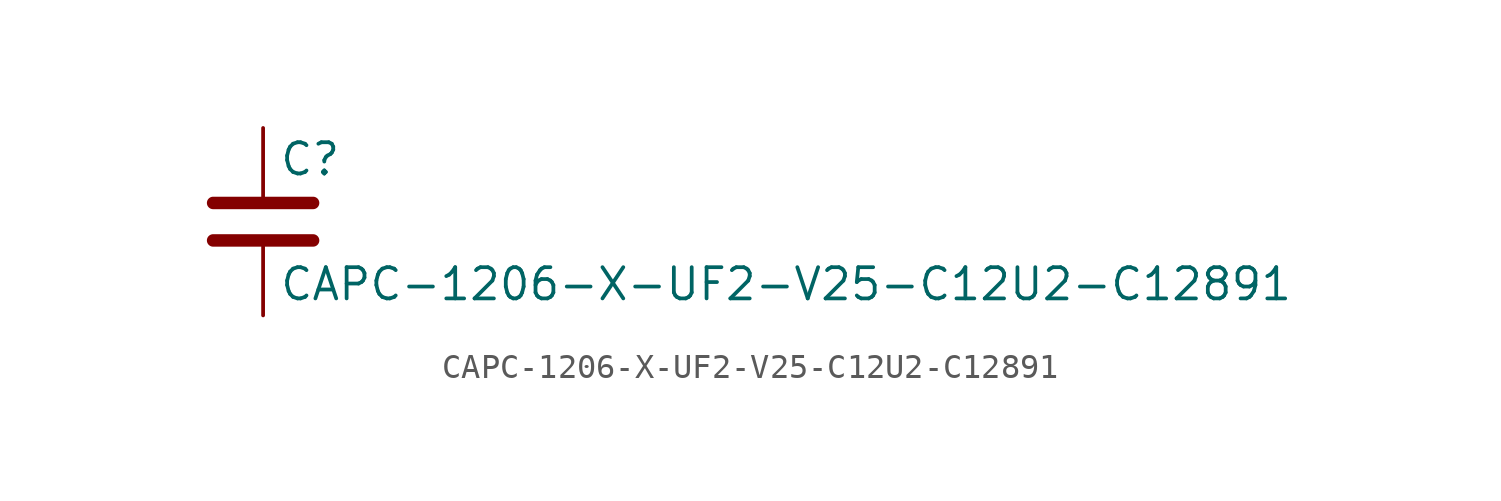
<source format=kicad_sym>
(kicad_symbol_lib
  (version 20211014)
  (generator kicad_symbol_editor)
  (symbol "CAPC-1206-X-UF2-V25-C12U2-C12891"
    (pin_numbers hide)
    (pin_names
      (offset 0.254))
    (property "Reference" "C"
      (at 0.635 2.54 0)
      (effects (font (size 1.27 1.27)) (justify left)))
    (property "Value" "CAPC-1206-X-UF2-V25-C12U2-C12891"
      (at 0.635 -2.54 0)
      (effects (font (size 1.27 1.27)) (justify left)))
    (symbol "CAPC-1206-X-UF2-V25-C12U2-C12891_0_1"
      (polyline (pts (xy -2.032 -0.762) (xy 2.032 -0.762)) (stroke (width 0.508) (type default) (color 0 0 0 0)) (fill (type none)))
      (polyline (pts (xy -2.032 0.762) (xy 2.032 0.762)) (stroke (width 0.508) (type default) (color 0 0 0 0)) (fill (type none))))
    (symbol "CAPC-1206-X-UF2-V25-C12U2-C12891_1_1"
      (pin passive line (at 0 3.81 270) (length 2.794) (name "~" (effects (font (size 1.27 1.27)))) (number "1" (effects (font (size 1.27 1.27)))))
      (pin passive line (at 0 -3.81 90) (length 2.794) (name "~" (effects (font (size 1.27 1.27)))) (number "2" (effects (font (size 1.27 1.27))))))))
</source>
